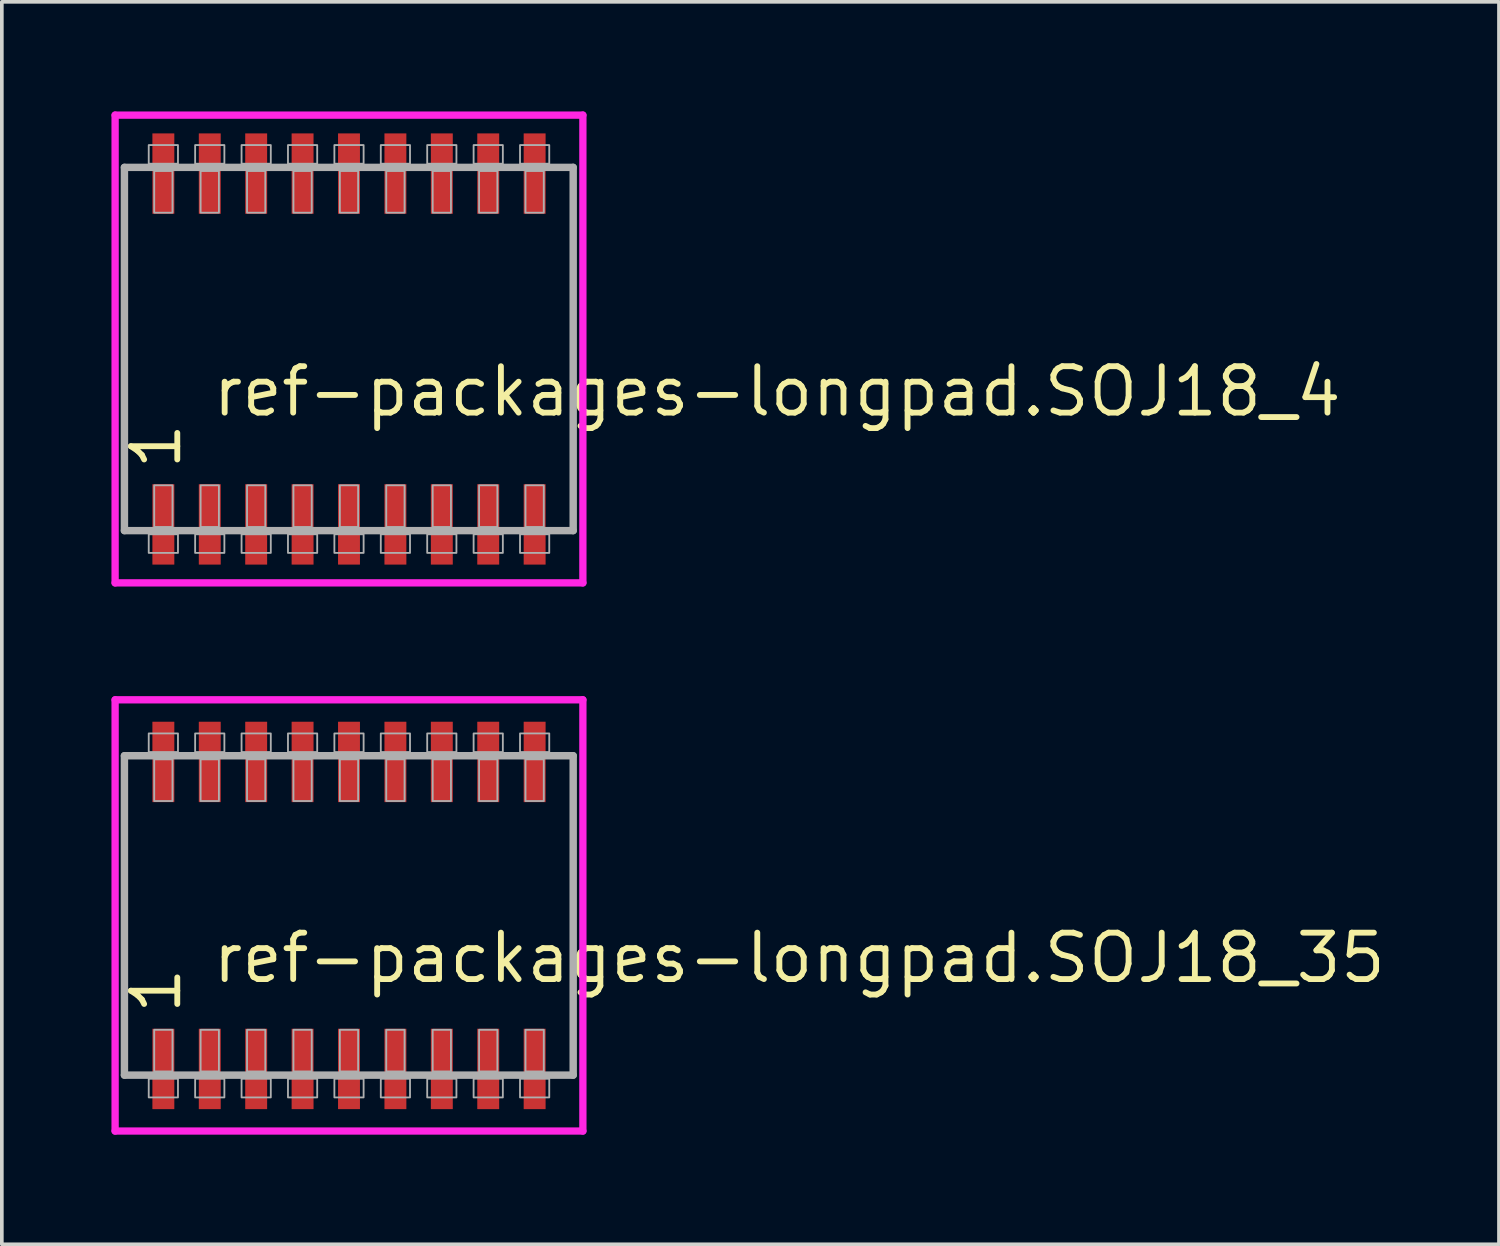
<source format=kicad_pcb>
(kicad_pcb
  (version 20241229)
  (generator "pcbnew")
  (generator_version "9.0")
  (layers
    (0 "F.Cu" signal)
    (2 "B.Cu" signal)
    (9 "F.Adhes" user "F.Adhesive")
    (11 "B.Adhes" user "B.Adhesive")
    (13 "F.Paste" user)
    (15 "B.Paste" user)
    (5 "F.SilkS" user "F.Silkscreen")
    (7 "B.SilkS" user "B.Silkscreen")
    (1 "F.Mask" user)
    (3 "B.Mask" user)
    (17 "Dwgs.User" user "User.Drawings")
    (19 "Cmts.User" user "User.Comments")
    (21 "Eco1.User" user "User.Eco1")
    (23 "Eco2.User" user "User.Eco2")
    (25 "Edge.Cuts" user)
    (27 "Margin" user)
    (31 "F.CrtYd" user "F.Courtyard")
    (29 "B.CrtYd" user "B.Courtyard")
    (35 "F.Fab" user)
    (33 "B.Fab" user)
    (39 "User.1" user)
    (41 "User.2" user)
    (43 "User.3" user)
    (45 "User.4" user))
  (footprint "ref-packages-longpad.SOJ18_35"
    (layer "F.Cu")
    (at 6.5 22)
    (property "Reference" "ref-packages-longpad.SOJ18_35" (at -3.81 1.905 0) (layer "F.SilkS") (effects (font (size 1.27 1.27) (thickness 0.16)) (justify left bottom)))
    (attr smd)
    (fp_line (start -6.4 -5.9) (end 6.4 -5.9) (stroke (width 0.2) (type default)) (layer "F.CrtYd"))
    (fp_line (start -6.4 5.9) (end -6.4 -5.9) (stroke (width 0.2) (type default)) (layer "F.CrtYd"))
    (fp_line (start 6.4 -5.9) (end 6.4 5.9) (stroke (width 0.2) (type default)) (layer "F.CrtYd"))
    (fp_line (start 6.4 5.9) (end -6.4 5.9) (stroke (width 0.2) (type default)) (layer "F.CrtYd"))
    (fp_line (start -6.145 -4.37) (end 6.135 -4.37) (stroke (width 0.203) (type default)) (layer "F.Fab"))
    (fp_line (start -6.145 4.37) (end -6.145 -4.37) (stroke (width 0.203) (type default)) (layer "F.Fab"))
    (fp_line (start 6.135 -4.37) (end 6.135 4.37) (stroke (width 0.203) (type default)) (layer "F.Fab"))
    (fp_line (start 6.135 4.37) (end -6.145 4.37) (stroke (width 0.203) (type default)) (layer "F.Fab"))
    (fp_rect (start -5.48 -4.47) (end -4.68 -4.98) (stroke (width 0.05) (type default)) (fill no) (layer "F.Fab"))
    (fp_rect (start -5.48 4.98) (end -4.68 4.47) (stroke (width 0.05) (type default)) (fill no) (layer "F.Fab"))
    (fp_rect (start -5.33 -3.13) (end -4.83 -4.27) (stroke (width 0.05) (type default)) (fill no) (layer "F.Fab"))
    (fp_rect (start -5.33 4.27) (end -4.83 3.13) (stroke (width 0.05) (type default)) (fill no) (layer "F.Fab"))
    (fp_rect (start -4.21 -4.47) (end -3.41 -4.98) (stroke (width 0.05) (type default)) (fill no) (layer "F.Fab"))
    (fp_rect (start -4.21 4.98) (end -3.41 4.47) (stroke (width 0.05) (type default)) (fill no) (layer "F.Fab"))
    (fp_rect (start -4.06 -3.13) (end -3.56 -4.27) (stroke (width 0.05) (type default)) (fill no) (layer "F.Fab"))
    (fp_rect (start -4.06 4.27) (end -3.56 3.13) (stroke (width 0.05) (type default)) (fill no) (layer "F.Fab"))
    (fp_rect (start -2.94 -4.47) (end -2.14 -4.98) (stroke (width 0.05) (type default)) (fill no) (layer "F.Fab"))
    (fp_rect (start -2.94 4.98) (end -2.14 4.47) (stroke (width 0.05) (type default)) (fill no) (layer "F.Fab"))
    (fp_rect (start -2.79 -3.13) (end -2.29 -4.27) (stroke (width 0.05) (type default)) (fill no) (layer "F.Fab"))
    (fp_rect (start -2.79 4.27) (end -2.29 3.13) (stroke (width 0.05) (type default)) (fill no) (layer "F.Fab"))
    (fp_rect (start -1.67 -4.47) (end -0.87 -4.98) (stroke (width 0.05) (type default)) (fill no) (layer "F.Fab"))
    (fp_rect (start -1.67 4.98) (end -0.87 4.47) (stroke (width 0.05) (type default)) (fill no) (layer "F.Fab"))
    (fp_rect (start -1.52 -3.13) (end -1.02 -4.27) (stroke (width 0.05) (type default)) (fill no) (layer "F.Fab"))
    (fp_rect (start -1.52 4.27) (end -1.02 3.13) (stroke (width 0.05) (type default)) (fill no) (layer "F.Fab"))
    (fp_rect (start -0.4 -4.47) (end 0.4 -4.98) (stroke (width 0.05) (type default)) (fill no) (layer "F.Fab"))
    (fp_rect (start -0.4 4.98) (end 0.4 4.47) (stroke (width 0.05) (type default)) (fill no) (layer "F.Fab"))
    (fp_rect (start -0.25 -3.13) (end 0.25 -4.27) (stroke (width 0.05) (type default)) (fill no) (layer "F.Fab"))
    (fp_rect (start -0.25 4.27) (end 0.25 3.13) (stroke (width 0.05) (type default)) (fill no) (layer "F.Fab"))
    (fp_rect (start 0.87 -4.47) (end 1.67 -4.98) (stroke (width 0.05) (type default)) (fill no) (layer "F.Fab"))
    (fp_rect (start 0.87 4.98) (end 1.67 4.47) (stroke (width 0.05) (type default)) (fill no) (layer "F.Fab"))
    (fp_rect (start 1.02 -3.13) (end 1.52 -4.27) (stroke (width 0.05) (type default)) (fill no) (layer "F.Fab"))
    (fp_rect (start 1.02 4.27) (end 1.52 3.13) (stroke (width 0.05) (type default)) (fill no) (layer "F.Fab"))
    (fp_rect (start 2.14 -4.47) (end 2.94 -4.98) (stroke (width 0.05) (type default)) (fill no) (layer "F.Fab"))
    (fp_rect (start 2.14 4.98) (end 2.94 4.47) (stroke (width 0.05) (type default)) (fill no) (layer "F.Fab"))
    (fp_rect (start 2.29 -3.13) (end 2.79 -4.27) (stroke (width 0.05) (type default)) (fill no) (layer "F.Fab"))
    (fp_rect (start 2.29 4.27) (end 2.79 3.13) (stroke (width 0.05) (type default)) (fill no) (layer "F.Fab"))
    (fp_rect (start 3.41 -4.47) (end 4.21 -4.98) (stroke (width 0.05) (type default)) (fill no) (layer "F.Fab"))
    (fp_rect (start 3.41 4.98) (end 4.21 4.47) (stroke (width 0.05) (type default)) (fill no) (layer "F.Fab"))
    (fp_rect (start 3.56 -3.13) (end 4.06 -4.27) (stroke (width 0.05) (type default)) (fill no) (layer "F.Fab"))
    (fp_rect (start 3.56 4.27) (end 4.06 3.13) (stroke (width 0.05) (type default)) (fill no) (layer "F.Fab"))
    (fp_rect (start 4.68 -4.47) (end 5.48 -4.98) (stroke (width 0.05) (type default)) (fill no) (layer "F.Fab"))
    (fp_rect (start 4.68 4.98) (end 5.48 4.47) (stroke (width 0.05) (type default)) (fill no) (layer "F.Fab"))
    (fp_rect (start 4.83 -3.13) (end 5.33 -4.27) (stroke (width 0.05) (type default)) (fill no) (layer "F.Fab"))
    (fp_rect (start 4.83 4.27) (end 5.33 3.13) (stroke (width 0.05) (type default)) (fill no) (layer "F.Fab"))
    (fp_text user "1" (at -4.535 2.77 90) (layer "F.SilkS") (effects (font (size 1.27 1.27) (thickness 0.16)) (justify left bottom)))
    (pad "1" smd roundrect (at -5.08 4.2) (size 0.6 2.2) (layers "F.Cu" "F.Mask" "F.Paste") (roundrect_rratio 0.01))
    (pad "2" smd roundrect (at -3.81 4.2) (size 0.6 2.2) (layers "F.Cu" "F.Mask" "F.Paste") (roundrect_rratio 0.01))
    (pad "3" smd roundrect (at -2.54 4.2) (size 0.6 2.2) (layers "F.Cu" "F.Mask" "F.Paste") (roundrect_rratio 0.01))
    (pad "4" smd roundrect (at -1.27 4.2) (size 0.6 2.2) (layers "F.Cu" "F.Mask" "F.Paste") (roundrect_rratio 0.01))
    (pad "5" smd roundrect (at 0 4.2) (size 0.6 2.2) (layers "F.Cu" "F.Mask" "F.Paste") (roundrect_rratio 0.01))
    (pad "6" smd roundrect (at 1.27 4.2) (size 0.6 2.2) (layers "F.Cu" "F.Mask" "F.Paste") (roundrect_rratio 0.01))
    (pad "7" smd roundrect (at 2.54 4.2) (size 0.6 2.2) (layers "F.Cu" "F.Mask" "F.Paste") (roundrect_rratio 0.01))
    (pad "8" smd roundrect (at 3.81 4.2) (size 0.6 2.2) (layers "F.Cu" "F.Mask" "F.Paste") (roundrect_rratio 0.01))
    (pad "9" smd roundrect (at 5.08 4.2) (size 0.6 2.2) (layers "F.Cu" "F.Mask" "F.Paste") (roundrect_rratio 0.01))
    (pad "10" smd roundrect (at 5.08 -4.2) (size 0.6 2.2) (layers "F.Cu" "F.Mask" "F.Paste") (roundrect_rratio 0.01))
    (pad "11" smd roundrect (at 3.81 -4.2) (size 0.6 2.2) (layers "F.Cu" "F.Mask" "F.Paste") (roundrect_rratio 0.01))
    (pad "12" smd roundrect (at 2.54 -4.2) (size 0.6 2.2) (layers "F.Cu" "F.Mask" "F.Paste") (roundrect_rratio 0.01))
    (pad "13" smd roundrect (at 1.27 -4.2) (size 0.6 2.2) (layers "F.Cu" "F.Mask" "F.Paste") (roundrect_rratio 0.01))
    (pad "14" smd roundrect (at 0 -4.2) (size 0.6 2.2) (layers "F.Cu" "F.Mask" "F.Paste") (roundrect_rratio 0.01))
    (pad "15" smd roundrect (at -1.27 -4.2) (size 0.6 2.2) (layers "F.Cu" "F.Mask" "F.Paste") (roundrect_rratio 0.01))
    (pad "16" smd roundrect (at -2.54 -4.2) (size 0.6 2.2) (layers "F.Cu" "F.Mask" "F.Paste") (roundrect_rratio 0.01))
    (pad "17" smd roundrect (at -3.81 -4.2) (size 0.6 2.2) (layers "F.Cu" "F.Mask" "F.Paste") (roundrect_rratio 0.01))
    (pad "18" smd roundrect (at -5.08 -4.2) (size 0.6 2.2) (layers "F.Cu" "F.Mask" "F.Paste") (roundrect_rratio 0.01)))
  (footprint "ref-packages-longpad.SOJ18_4"
    (layer "F.Cu")
    (at 6.5 6.5)
    (property "Reference" "ref-packages-longpad.SOJ18_4" (at -3.81 1.905 0) (layer "F.SilkS") (effects (font (size 1.27 1.27) (thickness 0.16)) (justify left bottom)))
    (attr smd)
    (fp_line (start -6.4 -6.4) (end 6.4 -6.4) (stroke (width 0.2) (type default)) (layer "F.CrtYd"))
    (fp_line (start -6.4 6.4) (end -6.4 -6.4) (stroke (width 0.2) (type default)) (layer "F.CrtYd"))
    (fp_line (start 6.4 -6.4) (end 6.4 6.4) (stroke (width 0.2) (type default)) (layer "F.CrtYd"))
    (fp_line (start 6.4 6.4) (end -6.4 6.4) (stroke (width 0.2) (type default)) (layer "F.CrtYd"))
    (fp_line (start -6.145 -4.97) (end 6.135 -4.97) (stroke (width 0.203) (type default)) (layer "F.Fab"))
    (fp_line (start -6.145 4.97) (end -6.145 -4.97) (stroke (width 0.203) (type default)) (layer "F.Fab"))
    (fp_line (start 6.135 -4.97) (end 6.135 4.97) (stroke (width 0.203) (type default)) (layer "F.Fab"))
    (fp_line (start 6.135 4.97) (end -6.145 4.97) (stroke (width 0.203) (type default)) (layer "F.Fab"))
    (fp_rect (start -5.48 -5.07) (end -4.68 -5.58) (stroke (width 0.05) (type default)) (fill no) (layer "F.Fab"))
    (fp_rect (start -5.48 5.58) (end -4.68 5.07) (stroke (width 0.05) (type default)) (fill no) (layer "F.Fab"))
    (fp_rect (start -5.33 -3.73) (end -4.83 -4.87) (stroke (width 0.05) (type default)) (fill no) (layer "F.Fab"))
    (fp_rect (start -5.33 4.87) (end -4.83 3.73) (stroke (width 0.05) (type default)) (fill no) (layer "F.Fab"))
    (fp_rect (start -4.21 -5.07) (end -3.41 -5.58) (stroke (width 0.05) (type default)) (fill no) (layer "F.Fab"))
    (fp_rect (start -4.21 5.58) (end -3.41 5.07) (stroke (width 0.05) (type default)) (fill no) (layer "F.Fab"))
    (fp_rect (start -4.06 -3.73) (end -3.56 -4.87) (stroke (width 0.05) (type default)) (fill no) (layer "F.Fab"))
    (fp_rect (start -4.06 4.87) (end -3.56 3.73) (stroke (width 0.05) (type default)) (fill no) (layer "F.Fab"))
    (fp_rect (start -2.94 -5.07) (end -2.14 -5.58) (stroke (width 0.05) (type default)) (fill no) (layer "F.Fab"))
    (fp_rect (start -2.94 5.58) (end -2.14 5.07) (stroke (width 0.05) (type default)) (fill no) (layer "F.Fab"))
    (fp_rect (start -2.79 -3.73) (end -2.29 -4.87) (stroke (width 0.05) (type default)) (fill no) (layer "F.Fab"))
    (fp_rect (start -2.79 4.87) (end -2.29 3.73) (stroke (width 0.05) (type default)) (fill no) (layer "F.Fab"))
    (fp_rect (start -1.67 -5.07) (end -0.87 -5.58) (stroke (width 0.05) (type default)) (fill no) (layer "F.Fab"))
    (fp_rect (start -1.67 5.58) (end -0.87 5.07) (stroke (width 0.05) (type default)) (fill no) (layer "F.Fab"))
    (fp_rect (start -1.52 -3.73) (end -1.02 -4.87) (stroke (width 0.05) (type default)) (fill no) (layer "F.Fab"))
    (fp_rect (start -1.52 4.87) (end -1.02 3.73) (stroke (width 0.05) (type default)) (fill no) (layer "F.Fab"))
    (fp_rect (start -0.4 -5.07) (end 0.4 -5.58) (stroke (width 0.05) (type default)) (fill no) (layer "F.Fab"))
    (fp_rect (start -0.4 5.58) (end 0.4 5.07) (stroke (width 0.05) (type default)) (fill no) (layer "F.Fab"))
    (fp_rect (start -0.25 -3.73) (end 0.25 -4.87) (stroke (width 0.05) (type default)) (fill no) (layer "F.Fab"))
    (fp_rect (start -0.25 4.87) (end 0.25 3.73) (stroke (width 0.05) (type default)) (fill no) (layer "F.Fab"))
    (fp_rect (start 0.87 -5.07) (end 1.67 -5.58) (stroke (width 0.05) (type default)) (fill no) (layer "F.Fab"))
    (fp_rect (start 0.87 5.58) (end 1.67 5.07) (stroke (width 0.05) (type default)) (fill no) (layer "F.Fab"))
    (fp_rect (start 1.02 -3.73) (end 1.52 -4.87) (stroke (width 0.05) (type default)) (fill no) (layer "F.Fab"))
    (fp_rect (start 1.02 4.87) (end 1.52 3.73) (stroke (width 0.05) (type default)) (fill no) (layer "F.Fab"))
    (fp_rect (start 2.14 -5.07) (end 2.94 -5.58) (stroke (width 0.05) (type default)) (fill no) (layer "F.Fab"))
    (fp_rect (start 2.14 5.58) (end 2.94 5.07) (stroke (width 0.05) (type default)) (fill no) (layer "F.Fab"))
    (fp_rect (start 2.29 -3.73) (end 2.79 -4.87) (stroke (width 0.05) (type default)) (fill no) (layer "F.Fab"))
    (fp_rect (start 2.29 4.87) (end 2.79 3.73) (stroke (width 0.05) (type default)) (fill no) (layer "F.Fab"))
    (fp_rect (start 3.41 -5.07) (end 4.21 -5.58) (stroke (width 0.05) (type default)) (fill no) (layer "F.Fab"))
    (fp_rect (start 3.41 5.58) (end 4.21 5.07) (stroke (width 0.05) (type default)) (fill no) (layer "F.Fab"))
    (fp_rect (start 3.56 -3.73) (end 4.06 -4.87) (stroke (width 0.05) (type default)) (fill no) (layer "F.Fab"))
    (fp_rect (start 3.56 4.87) (end 4.06 3.73) (stroke (width 0.05) (type default)) (fill no) (layer "F.Fab"))
    (fp_rect (start 4.68 -5.07) (end 5.48 -5.58) (stroke (width 0.05) (type default)) (fill no) (layer "F.Fab"))
    (fp_rect (start 4.68 5.58) (end 5.48 5.07) (stroke (width 0.05) (type default)) (fill no) (layer "F.Fab"))
    (fp_rect (start 4.83 -3.73) (end 5.33 -4.87) (stroke (width 0.05) (type default)) (fill no) (layer "F.Fab"))
    (fp_rect (start 4.83 4.87) (end 5.33 3.73) (stroke (width 0.05) (type default)) (fill no) (layer "F.Fab"))
    (fp_text user "1" (at -4.535 3.37 90) (layer "F.SilkS") (effects (font (size 1.27 1.27) (thickness 0.16)) (justify left bottom)))
    (pad "1" smd roundrect (at -5.08 4.8) (size 0.6 2.2) (layers "F.Cu" "F.Mask" "F.Paste") (roundrect_rratio 0.01))
    (pad "2" smd roundrect (at -3.81 4.8) (size 0.6 2.2) (layers "F.Cu" "F.Mask" "F.Paste") (roundrect_rratio 0.01))
    (pad "3" smd roundrect (at -2.54 4.8) (size 0.6 2.2) (layers "F.Cu" "F.Mask" "F.Paste") (roundrect_rratio 0.01))
    (pad "4" smd roundrect (at -1.27 4.8) (size 0.6 2.2) (layers "F.Cu" "F.Mask" "F.Paste") (roundrect_rratio 0.01))
    (pad "5" smd roundrect (at 0 4.8) (size 0.6 2.2) (layers "F.Cu" "F.Mask" "F.Paste") (roundrect_rratio 0.01))
    (pad "6" smd roundrect (at 1.27 4.8) (size 0.6 2.2) (layers "F.Cu" "F.Mask" "F.Paste") (roundrect_rratio 0.01))
    (pad "7" smd roundrect (at 2.54 4.8) (size 0.6 2.2) (layers "F.Cu" "F.Mask" "F.Paste") (roundrect_rratio 0.01))
    (pad "8" smd roundrect (at 3.81 4.8) (size 0.6 2.2) (layers "F.Cu" "F.Mask" "F.Paste") (roundrect_rratio 0.01))
    (pad "9" smd roundrect (at 5.08 4.8) (size 0.6 2.2) (layers "F.Cu" "F.Mask" "F.Paste") (roundrect_rratio 0.01))
    (pad "10" smd roundrect (at 5.08 -4.8) (size 0.6 2.2) (layers "F.Cu" "F.Mask" "F.Paste") (roundrect_rratio 0.01))
    (pad "11" smd roundrect (at 3.81 -4.8) (size 0.6 2.2) (layers "F.Cu" "F.Mask" "F.Paste") (roundrect_rratio 0.01))
    (pad "12" smd roundrect (at 2.54 -4.8) (size 0.6 2.2) (layers "F.Cu" "F.Mask" "F.Paste") (roundrect_rratio 0.01))
    (pad "13" smd roundrect (at 1.27 -4.8) (size 0.6 2.2) (layers "F.Cu" "F.Mask" "F.Paste") (roundrect_rratio 0.01))
    (pad "14" smd roundrect (at 0 -4.8) (size 0.6 2.2) (layers "F.Cu" "F.Mask" "F.Paste") (roundrect_rratio 0.01))
    (pad "15" smd roundrect (at -1.27 -4.8) (size 0.6 2.2) (layers "F.Cu" "F.Mask" "F.Paste") (roundrect_rratio 0.01))
    (pad "16" smd roundrect (at -2.54 -4.8) (size 0.6 2.2) (layers "F.Cu" "F.Mask" "F.Paste") (roundrect_rratio 0.01))
    (pad "17" smd roundrect (at -3.81 -4.8) (size 0.6 2.2) (layers "F.Cu" "F.Mask" "F.Paste") (roundrect_rratio 0.01))
    (pad "18" smd roundrect (at -5.08 -4.8) (size 0.6 2.2) (layers "F.Cu" "F.Mask" "F.Paste") (roundrect_rratio 0.01)))
  (gr_rect
    (start -3 -3)
    (end 37.968 31)
    (stroke (width 0.1) (type default))
    (fill no)
    (layer "Edge.Cuts")))
</source>
